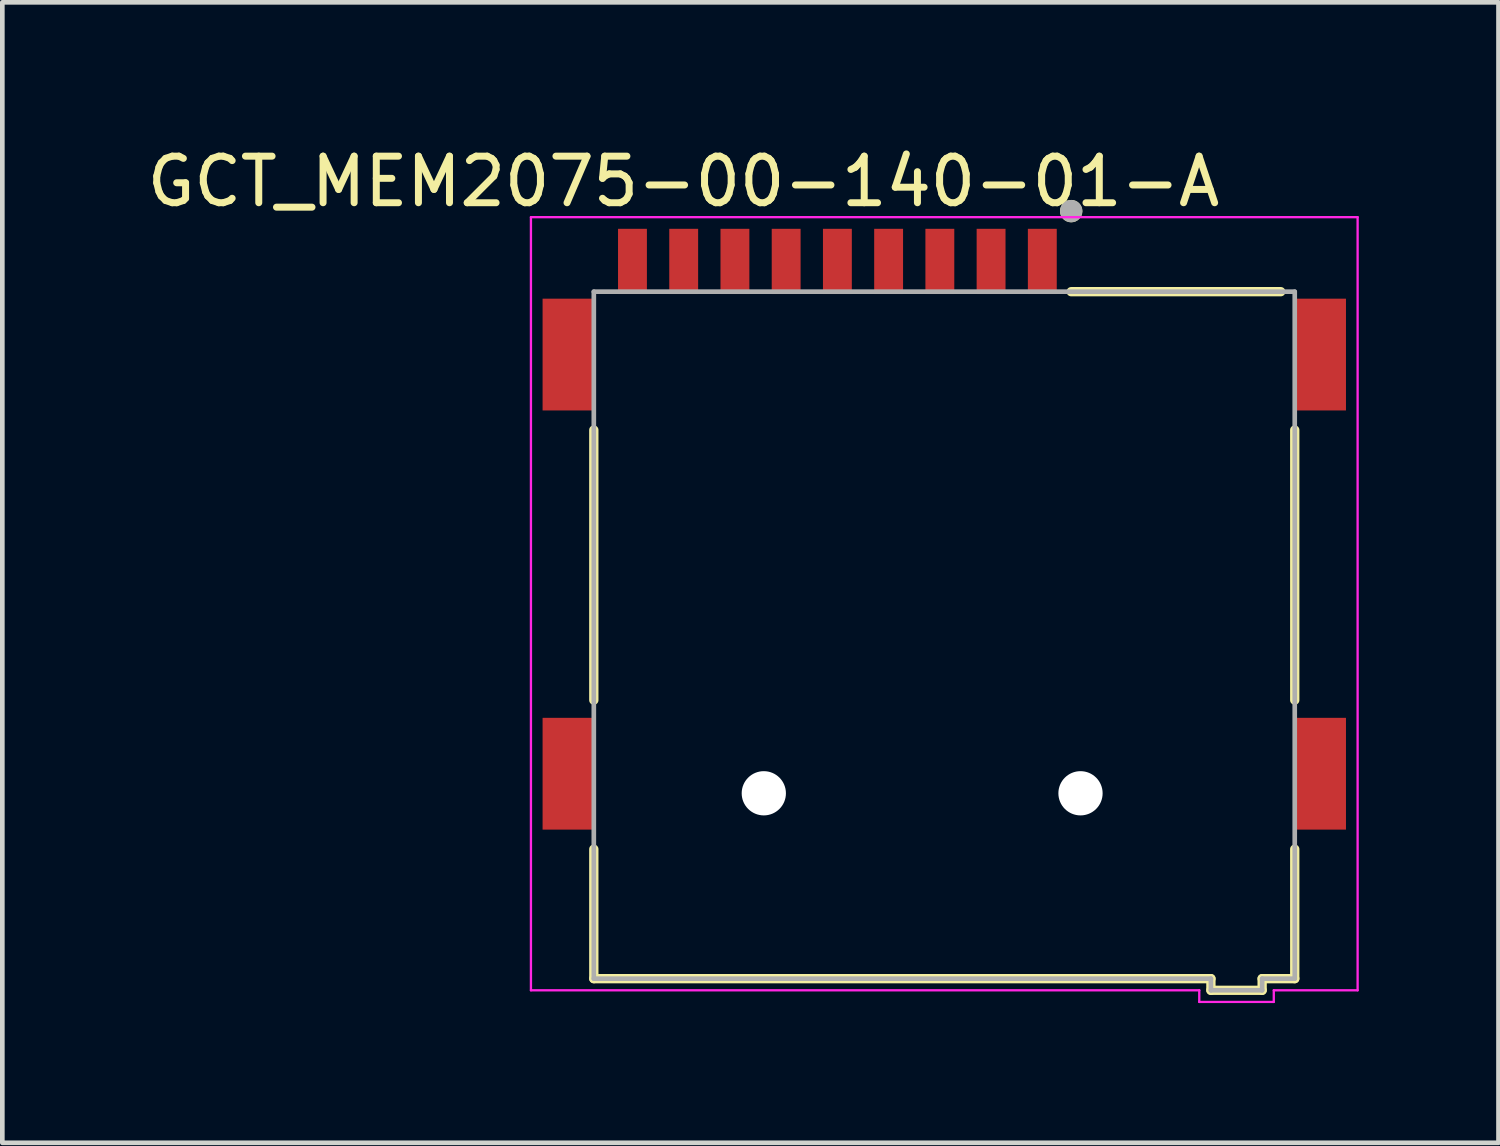
<source format=kicad_pcb>
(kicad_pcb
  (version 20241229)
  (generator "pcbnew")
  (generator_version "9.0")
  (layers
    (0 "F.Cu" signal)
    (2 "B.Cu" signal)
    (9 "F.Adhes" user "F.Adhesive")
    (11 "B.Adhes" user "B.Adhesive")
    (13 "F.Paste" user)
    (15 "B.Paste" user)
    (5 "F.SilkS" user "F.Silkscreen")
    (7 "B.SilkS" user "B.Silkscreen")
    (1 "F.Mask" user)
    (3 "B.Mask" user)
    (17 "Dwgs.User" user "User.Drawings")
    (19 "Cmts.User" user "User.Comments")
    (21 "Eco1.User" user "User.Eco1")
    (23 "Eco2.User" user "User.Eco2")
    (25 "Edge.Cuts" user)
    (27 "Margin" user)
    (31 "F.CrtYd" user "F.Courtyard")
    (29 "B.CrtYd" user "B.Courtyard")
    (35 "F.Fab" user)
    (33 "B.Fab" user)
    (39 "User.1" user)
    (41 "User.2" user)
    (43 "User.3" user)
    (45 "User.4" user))
  (footprint "GCT_MEM2075-00-140-01-A"
    (layer "F.Cu")
    (at 16.75 13.983)
    (property "Reference" "GCT_MEM2075-00-140-01-A" (at -5.125 -13.135 0) (layer "F.SilkS") (effects (font (size 1 1) (thickness 0.15))))
    (attr through_hole)
    (fp_line (start -7.05 -2) (end -7.05 -7.8) (stroke (width 0.2) (type solid)) (layer "F.SilkS"))
    (fp_line (start -7.05 3.98) (end -7.05 1.2) (stroke (width 0.2) (type solid)) (layer "F.SilkS"))
    (fp_line (start -7.05 3.98) (end 6.2 3.98) (stroke (width 0.2) (type solid)) (layer "F.SilkS"))
    (fp_line (start 3.2 -10.77) (end 7.7 -10.77) (stroke (width 0.2) (type solid)) (layer "F.SilkS"))
    (fp_line (start 6.2 3.98) (end 6.2 4.23) (stroke (width 0.2) (type solid)) (layer "F.SilkS"))
    (fp_line (start 6.2 4.23) (end 7.3 4.23) (stroke (width 0.2) (type solid)) (layer "F.SilkS"))
    (fp_line (start 7.3 3.98) (end 8 3.98) (stroke (width 0.2) (type solid)) (layer "F.SilkS"))
    (fp_line (start 7.3 4.23) (end 7.3 3.98) (stroke (width 0.2) (type solid)) (layer "F.SilkS"))
    (fp_line (start 8 -2) (end 8 -7.8) (stroke (width 0.2) (type solid)) (layer "F.SilkS"))
    (fp_line (start 8 3.98) (end 8 1.2) (stroke (width 0.2) (type solid)) (layer "F.SilkS"))
    (fp_circle (center 3.2 -12.5) (end 3.32 -12.5) (stroke (width 0.24) (type solid)) (fill no) (layer "F.SilkS"))
    (fp_line (start -8.4 -12.37) (end 9.35 -12.37) (stroke (width 0.05) (type solid)) (layer "F.CrtYd"))
    (fp_line (start -8.4 4.23) (end -8.4 -12.37) (stroke (width 0.05) (type solid)) (layer "F.CrtYd"))
    (fp_line (start -8.4 4.23) (end 5.95 4.23) (stroke (width 0.05) (type solid)) (layer "F.CrtYd"))
    (fp_line (start 5.95 4.23) (end 5.95 4.48) (stroke (width 0.05) (type solid)) (layer "F.CrtYd"))
    (fp_line (start 5.95 4.48) (end 7.55 4.48) (stroke (width 0.05) (type solid)) (layer "F.CrtYd"))
    (fp_line (start 7.55 4.23) (end 9.35 4.23) (stroke (width 0.05) (type solid)) (layer "F.CrtYd"))
    (fp_line (start 7.55 4.48) (end 7.55 4.23) (stroke (width 0.05) (type solid)) (layer "F.CrtYd"))
    (fp_line (start 9.35 -12.37) (end 9.35 4.23) (stroke (width 0.05) (type solid)) (layer "F.CrtYd"))
    (fp_line (start -7.05 -10.77) (end 8 -10.77) (stroke (width 0.1) (type solid)) (layer "F.Fab"))
    (fp_line (start -7.05 3.98) (end -7.05 -10.77) (stroke (width 0.1) (type solid)) (layer "F.Fab"))
    (fp_line (start -7.05 3.98) (end 6.2 3.98) (stroke (width 0.1) (type solid)) (layer "F.Fab"))
    (fp_line (start 6.2 3.98) (end 6.2 4.23) (stroke (width 0.1) (type solid)) (layer "F.Fab"))
    (fp_line (start 6.2 4.23) (end 7.3 4.23) (stroke (width 0.1) (type solid)) (layer "F.Fab"))
    (fp_line (start 7.3 3.98) (end 8 3.98) (stroke (width 0.1) (type solid)) (layer "F.Fab"))
    (fp_line (start 7.3 4.23) (end 7.3 3.98) (stroke (width 0.1) (type solid)) (layer "F.Fab"))
    (fp_line (start 8 3.98) (end 8 -10.77) (stroke (width 0.1) (type solid)) (layer "F.Fab"))
    (fp_circle (center 3.2 -12.5) (end 3.32 -12.5) (stroke (width 0.24) (type solid)) (fill no) (layer "F.Fab"))
    (pad "" np_thru_hole circle (at -3.4 0) (size 0.95 0.95) (drill 0.95) (layers "*.Cu" "*.Mask"))
    (pad "" np_thru_hole circle (at 3.4 0) (size 0.95 0.95) (drill 0.95) (layers "*.Cu" "*.Mask"))
    (pad "P1" smd rect (at 2.58 -11.42) (size 0.62 1.4) (layers "F.Cu" "F.Mask" "F.Paste"))
    (pad "P2" smd rect (at 1.48 -11.42) (size 0.62 1.4) (layers "F.Cu" "F.Mask" "F.Paste"))
    (pad "P3" smd rect (at 0.38 -11.42) (size 0.62 1.4) (layers "F.Cu" "F.Mask" "F.Paste"))
    (pad "P4" smd rect (at -0.72 -11.42) (size 0.62 1.4) (layers "F.Cu" "F.Mask" "F.Paste"))
    (pad "P5" smd rect (at -1.82 -11.42) (size 0.62 1.4) (layers "F.Cu" "F.Mask" "F.Paste"))
    (pad "P6" smd rect (at -2.92 -11.42) (size 0.62 1.4) (layers "F.Cu" "F.Mask" "F.Paste"))
    (pad "P7" smd rect (at -4.02 -11.42) (size 0.62 1.4) (layers "F.Cu" "F.Mask" "F.Paste"))
    (pad "P8" smd rect (at -5.12 -11.42) (size 0.62 1.4) (layers "F.Cu" "F.Mask" "F.Paste"))
    (pad "P9" smd rect (at -6.22 -11.42) (size 0.62 1.4) (layers "F.Cu" "F.Mask" "F.Paste"))
    (pad "SH1" smd rect (at -7.6 -0.42) (size 1.1 2.4) (layers "F.Cu" "F.Mask" "F.Paste"))
    (pad "SH2" smd rect (at -7.6 -9.42) (size 1.1 2.4) (layers "F.Cu" "F.Mask" "F.Paste"))
    (pad "SH3" smd rect (at 8.55 -9.42) (size 1.1 2.4) (layers "F.Cu" "F.Mask" "F.Paste"))
    (pad "SH4" smd rect (at 8.55 -0.42) (size 1.1 2.4) (layers "F.Cu" "F.Mask" "F.Paste"))
    (zone (net_name "") (layer "F.Cu") (hatch full 0.508) (connect_pads) (min_thickness 0.01) (filled_areas_thickness no) (keepout (tracks not_allowed) (vias not_allowed) (pads not_allowed) (copperpour not_allowed) (footprints allowed)) (placement (enabled no)) (fill) (polygon (pts (xy 9.7 6.063) (xy 19.9 6.063) (xy 19.9 10.113) (xy 9.7 10.113))))
    (zone (net_name "") (layers "F.Cu" "B.Cu") (hatch full 0.508) (connect_pads) (min_thickness 0.01) (filled_areas_thickness no) (keepout (tracks allowed) (vias not_allowed) (pads allowed) (copperpour allowed) (footprints allowed)) (placement (enabled no)) (fill) (polygon (pts (xy 9.7 6.063) (xy 19.9 6.063) (xy 19.9 10.113) (xy 9.7 10.113)))))
  (gr_rect
    (start -3 -3)
    (end 29.125 21.488)
    (stroke (width 0.1) (type default))
    (fill no)
    (layer "Edge.Cuts")))
</source>
